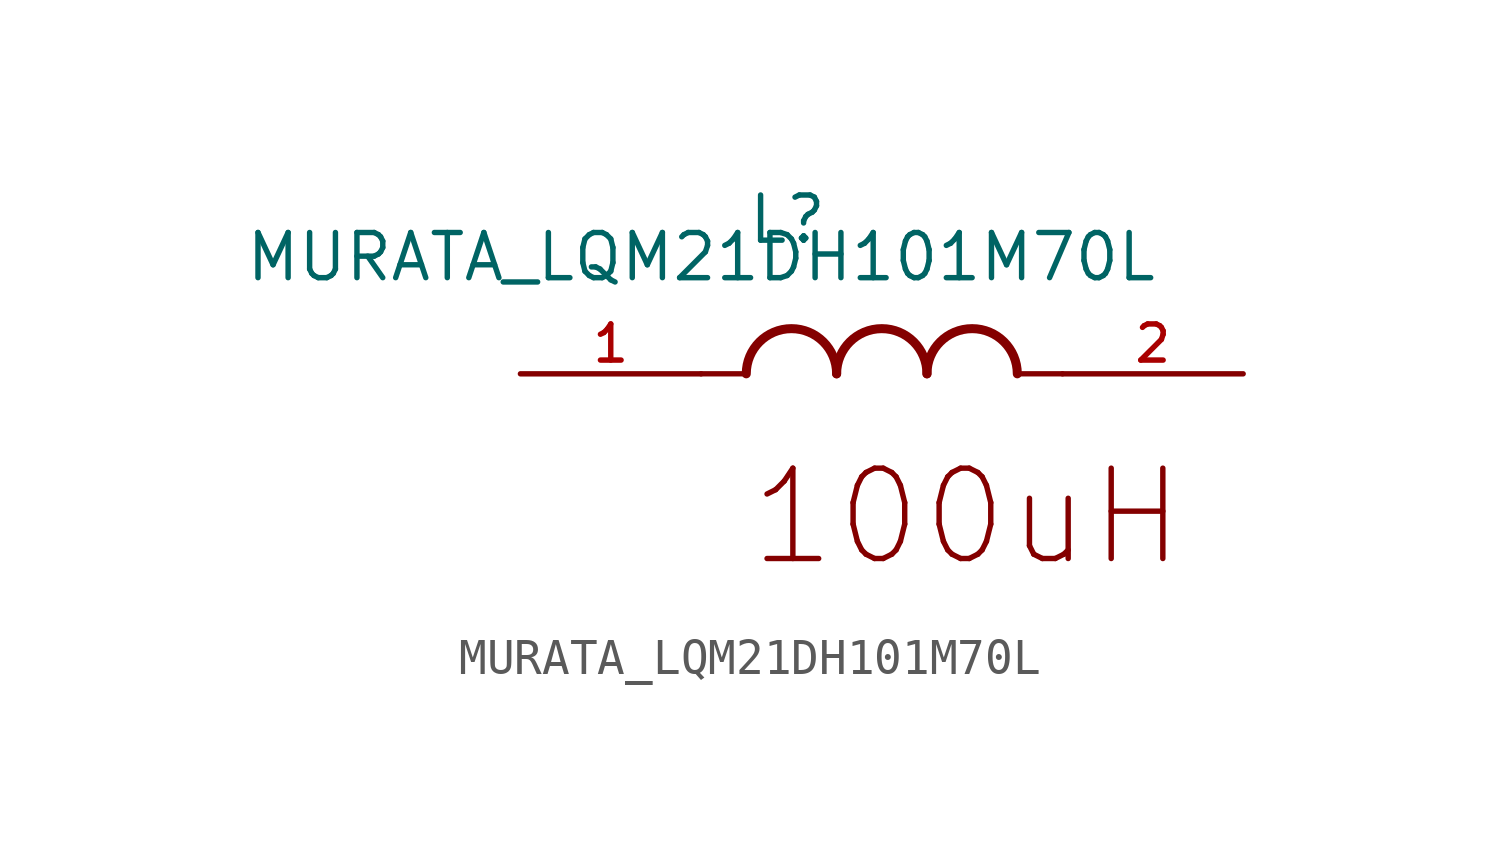
<source format=kicad_sym>
(kicad_symbol_lib
  (version 20211014)
  (generator kicad_symbol_editor)
  (symbol "MURATA_LQM21DH101M70L"
    (pin_names
      (offset 1.016))
    (property "Reference" "L"
      (at 1.27 2.54 0)
      (effects (font (size 1.27 1.27)) (justify top left)))
    (property "Value" "MURATA_LQM21DH101M70L"
      (at 0 0.0 0)
      (effects (font (size 1.27 1.27)) (justify bottom)))
    (symbol "MURATA_LQM21DH101M70L_0_0"
      (arc (start 1.27 -2.54) (mid 2.54 -1.27) (end 3.81 -2.54) (stroke (width 0.254) (type default) (color 0 0 0 0)) (fill (type none)))
      (arc (start 3.81 -2.54) (mid 5.08 -1.27) (end 6.35 -2.54) (stroke (width 0.254) (type default) (color 0 0 0 0)) (fill (type none)))
      (arc (start 6.35 -2.54) (mid 7.62 -1.27) (end 8.89 -2.54) (stroke (width 0.254) (type default) (color 0 0 0 0)) (fill (type none)))
      (polyline (pts (xy 4.44089e-16 -2.54) (xy 1.27 -2.54)) (stroke (width 0.15)))
      (polyline (pts (xy 10.16 -2.54) (xy 8.89 -2.54)) (stroke (width 0.15)))
      (text "100uH" (at 1.27 -5.08 0) (effects (font (size 2.54 2.54)) (justify top left)))
      (pin passive line (at -5.08 -2.54 0) (length 5.08) (name "~" (effects (font (size 1.016 1.016)))) (number "1" (effects (font (size 1.016 1.016)))))
      (pin passive line (at 15.24 -2.54 180.0) (length 5.08) (name "~" (effects (font (size 1.016 1.016)))) (number "2" (effects (font (size 1.016 1.016))))))))
</source>
